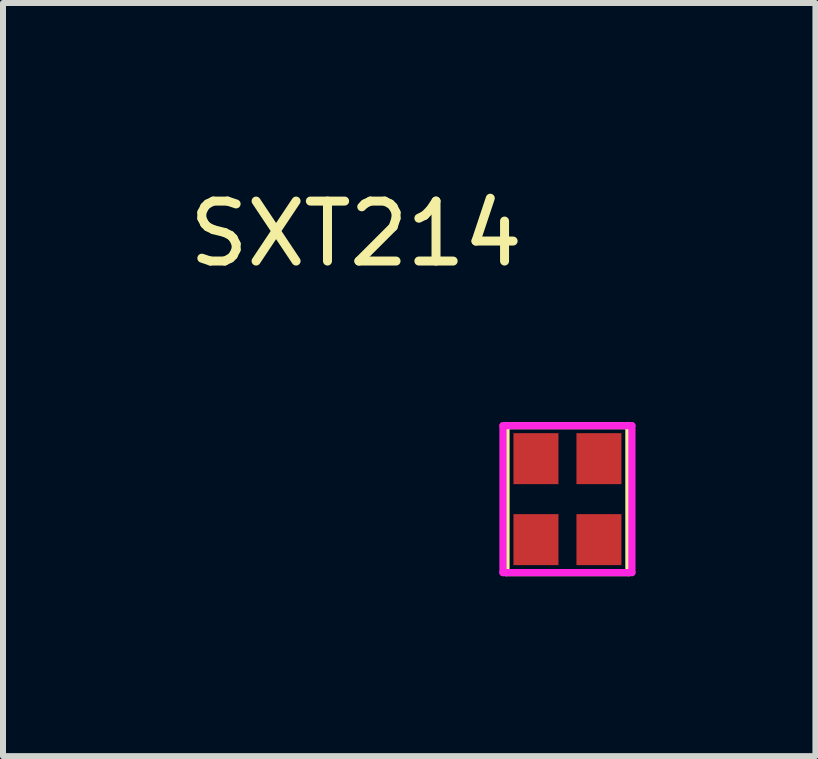
<source format=kicad_pcb>
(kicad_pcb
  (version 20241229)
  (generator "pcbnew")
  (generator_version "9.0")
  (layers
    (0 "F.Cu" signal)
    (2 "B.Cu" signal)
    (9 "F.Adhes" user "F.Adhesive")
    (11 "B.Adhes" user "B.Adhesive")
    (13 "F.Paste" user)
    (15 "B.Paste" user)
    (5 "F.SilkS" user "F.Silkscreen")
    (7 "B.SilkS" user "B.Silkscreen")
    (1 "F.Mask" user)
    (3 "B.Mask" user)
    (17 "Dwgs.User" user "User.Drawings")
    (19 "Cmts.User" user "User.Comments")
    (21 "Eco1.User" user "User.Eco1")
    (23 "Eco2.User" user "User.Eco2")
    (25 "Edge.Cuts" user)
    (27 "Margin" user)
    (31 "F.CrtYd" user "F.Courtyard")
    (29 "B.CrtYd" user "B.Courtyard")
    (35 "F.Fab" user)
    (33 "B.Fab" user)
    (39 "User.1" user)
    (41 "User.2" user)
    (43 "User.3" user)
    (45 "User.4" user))
  (footprint "SXT214"
    (layer "F.Cu")
    (at 5.887 4.598)
    (property "Reference" "SXT214" (at -3 -3.75 0) (layer "F.SilkS") (effects (font (size 1 1) (thickness 0.15))))
    (attr through_hole)
    (fp_line (start -0.5 -0.55) (end -0.5 -0.55) (stroke (width 0.12) (type solid)) (layer "F.SilkS"))
    (fp_line (start -0.5 -0.55) (end -0.5 1.9) (stroke (width 0.12) (type solid)) (layer "F.SilkS"))
    (fp_line (start -0.5 1.9) (end 1.55 1.9) (stroke (width 0.12) (type solid)) (layer "F.SilkS"))
    (fp_line (start 1.55 -0.55) (end -0.5 -0.55) (stroke (width 0.12) (type solid)) (layer "F.SilkS"))
    (fp_line (start 1.55 1.9) (end 1.55 -0.55) (stroke (width 0.12) (type solid)) (layer "F.SilkS"))
    (fp_line (start -0.55 -0.55) (end -0.55 1.9) (stroke (width 0.12) (type solid)) (layer "F.CrtYd"))
    (fp_line (start -0.55 -0.55) (end 1.6 -0.55) (stroke (width 0.12) (type solid)) (layer "F.CrtYd"))
    (fp_line (start -0.55 1.9) (end 1.6 1.9) (stroke (width 0.12) (type solid)) (layer "F.CrtYd"))
    (fp_line (start 1.6 -0.55) (end 1.6 1.9) (stroke (width 0.12) (type solid)) (layer "F.CrtYd"))
    (pad "1" smd rect (at 0 0) (size 0.75 0.85) (layers "F.Cu" "F.Mask" "F.Paste"))
    (pad "2" smd rect (at 0 1.35) (size 0.75 0.85) (layers "F.Cu" "F.Mask" "F.Paste"))
    (pad "3" smd rect (at 1.05 1.35) (size 0.75 0.85) (layers "F.Cu" "F.Mask" "F.Paste"))
    (pad "4" smd rect (at 1.05 0) (size 0.75 0.85) (layers "F.Cu" "F.Mask" "F.Paste")))
  (gr_rect
    (start -3 -3)
    (end 10.547 9.558)
    (stroke (width 0.1) (type default))
    (fill no)
    (layer "Edge.Cuts")))
</source>
